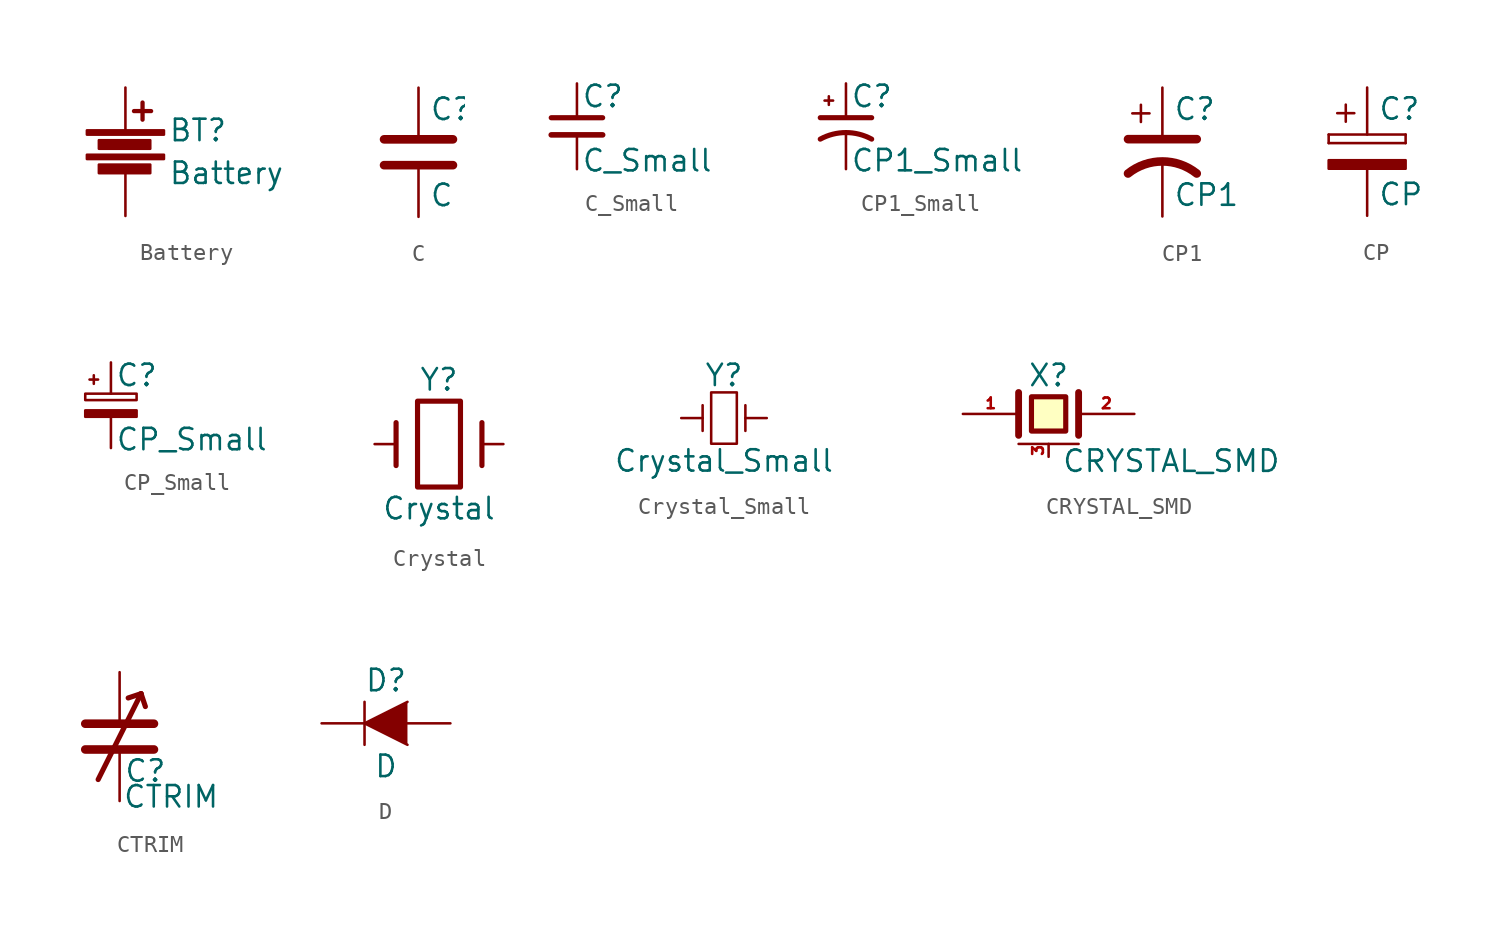
<source format=kicad_sym>
(kicad_symbol_lib
  (version 20211014)
  (generator kicad_symbol_editor)
  (symbol "Battery"
    (pin_numbers hide)
    (pin_names
      (offset 0))
    (property "Reference" "BT"
      (at 2.54 1.27 0)
      (effects (font (size 1.27 1.27)) (justify left)))
    (property "Value" "Battery"
      (at 2.54 -1.27 0)
      (effects (font (size 1.27 1.27)) (justify left)))
    (property "Footprint" ""
      (at 0 1.016 90)
      (effects (font (size 1.524 1.524))))
    (property "Datasheet" ""
      (at 0 1.016 90)
      (effects (font (size 1.524 1.524))))
    (symbol "Battery_0_1"
      (rectangle (start -2.286 -0.178) (end 2.286 -0.432) (stroke (width 0) (type default) (color 0 0 0 0)) (fill (type outline)))
      (rectangle (start -2.286 1.27) (end 2.286 1.016) (stroke (width 0) (type default) (color 0 0 0 0)) (fill (type outline)))
      (rectangle (start -1.575 -0.762) (end 1.473 -1.27) (stroke (width 0) (type default) (color 0 0 0 0)) (fill (type outline)))
      (rectangle (start -1.575 0.686) (end 1.473 0.178) (stroke (width 0) (type default) (color 0 0 0 0)) (fill (type outline)))
      (polyline (pts (xy 0.508 2.413) (xy 1.524 2.413)) (stroke (width 0.254) (type default) (color 0 0 0 0)) (fill (type none)))
      (polyline (pts (xy 1.016 2.921) (xy 1.016 1.905)) (stroke (width 0.254) (type default) (color 0 0 0 0)) (fill (type none))))
    (symbol "Battery_1_1"
      (pin passive line (at 0 3.81 270) (length 2.54) (name "~" (effects (font (size 1.27 1.27)))) (number "1" (effects (font (size 1.27 1.27)))))
      (pin passive line (at 0 -3.81 90) (length 2.54) (name "~" (effects (font (size 1.27 1.27)))) (number "2" (effects (font (size 1.27 1.27)))))))
  (symbol "C"
    (pin_numbers hide)
    (pin_names
      (offset 0.254))
    (property "Reference" "C"
      (at 0.635 2.54 0)
      (effects (font (size 1.27 1.27)) (justify left)))
    (property "Value" "C"
      (at 0.635 -2.54 0)
      (effects (font (size 1.27 1.27)) (justify left)))
    (property "Footprint" ""
      (at 0.965 -3.81 0)
      (effects (font (size 0.762 0.762))))
    (property "Datasheet" ""
      (at 0 0 0)
      (effects (font (size 1.524 1.524))))
    (symbol "C_0_1"
      (polyline (pts (xy -2.032 -0.762) (xy 2.032 -0.762)) (stroke (width 0.508) (type default) (color 0 0 0 0)) (fill (type none)))
      (polyline (pts (xy -2.032 0.762) (xy 2.032 0.762)) (stroke (width 0.508) (type default) (color 0 0 0 0)) (fill (type none))))
    (symbol "C_1_1"
      (pin passive line (at 0 3.81 270) (length 2.794) (name "~" (effects (font (size 1.016 1.016)))) (number "1" (effects (font (size 1.016 1.016)))))
      (pin passive line (at 0 -3.81 90) (length 2.794) (name "~" (effects (font (size 1.016 1.016)))) (number "2" (effects (font (size 1.016 1.016)))))))
  (symbol "C_Small"
    (pin_numbers hide)
    (pin_names
      (offset 0.254) hide)
    (property "Reference" "C"
      (at 0.254 1.778 0)
      (effects (font (size 1.27 1.27)) (justify left)))
    (property "Value" "C_Small"
      (at 0.254 -2.032 0)
      (effects (font (size 1.27 1.27)) (justify left)))
    (property "Footprint" ""
      (at 0 0 0)
      (effects (font (size 1.524 1.524))))
    (property "Datasheet" ""
      (at 0 0 0)
      (effects (font (size 1.524 1.524))))
    (symbol "C_Small_0_1"
      (polyline (pts (xy -1.524 -0.508) (xy 1.524 -0.508)) (stroke (width 0.33) (type default) (color 0 0 0 0)) (fill (type none)))
      (polyline (pts (xy -1.524 0.508) (xy 1.524 0.508)) (stroke (width 0.305) (type default) (color 0 0 0 0)) (fill (type none))))
    (symbol "C_Small_1_1"
      (pin passive line (at 0 2.54 270) (length 1.905) (name "~" (effects (font (size 1.016 1.016)))) (number "1" (effects (font (size 1.016 1.016)))))
      (pin passive line (at 0 -2.54 90) (length 2.032) (name "~" (effects (font (size 1.016 1.016)))) (number "2" (effects (font (size 1.016 1.016)))))))
  (symbol "CP1_Small"
    (pin_numbers hide)
    (pin_names
      (offset 0.254) hide)
    (property "Reference" "C"
      (at 0.254 1.778 0)
      (effects (font (size 1.27 1.27)) (justify left)))
    (property "Value" "CP1_Small"
      (at 0.254 -2.032 0)
      (effects (font (size 1.27 1.27)) (justify left)))
    (property "Footprint" ""
      (at 0 0 0)
      (effects (font (size 1.524 1.524))))
    (property "Datasheet" ""
      (at 0 0 0)
      (effects (font (size 1.524 1.524))))
    (symbol "CP1_Small_0_1"
      (polyline (pts (xy -1.524 0.508) (xy 1.524 0.508)) (stroke (width 0.305) (type default) (color 0 0 0 0)) (fill (type none)))
      (polyline (pts (xy -1.27 1.524) (xy -0.762 1.524)) (stroke (width 0) (type default) (color 0 0 0 0)) (fill (type none)))
      (polyline (pts (xy -1.016 1.27) (xy -1.016 1.778)) (stroke (width 0) (type default) (color 0 0 0 0)) (fill (type none)))
      (arc (start 1.524 -0.762) (mid 0 -0.3734) (end -1.524 -0.762) (stroke (width 0.3048) (type default) (color 0 0 0 0)) (fill (type none))))
    (symbol "CP1_Small_1_1"
      (pin passive line (at 0 2.54 270) (length 2.032) (name "~" (effects (font (size 1.016 1.016)))) (number "1" (effects (font (size 1.016 1.016)))))
      (pin passive line (at 0 -2.54 90) (length 2.032) (name "~" (effects (font (size 1.016 1.016)))) (number "2" (effects (font (size 1.016 1.016)))))))
  (symbol "CP1"
    (pin_numbers hide)
    (pin_names
      (offset 0.254) hide)
    (property "Reference" "C"
      (at 0.635 2.54 0)
      (effects (font (size 1.27 1.27)) (justify left)))
    (property "Value" "CP1"
      (at 0.635 -2.54 0)
      (effects (font (size 1.27 1.27)) (justify left)))
    (property "Footprint" ""
      (at 0 0 0)
      (effects (font (size 1.524 1.524))))
    (property "Datasheet" ""
      (at 0 0 0)
      (effects (font (size 1.524 1.524))))
    (symbol "CP1_0_1"
      (polyline (pts (xy -2.032 0.762) (xy 2.032 0.762)) (stroke (width 0.508) (type default) (color 0 0 0 0)) (fill (type none)))
      (polyline (pts (xy -1.778 2.286) (xy -0.762 2.286)) (stroke (width 0) (type default) (color 0 0 0 0)) (fill (type none)))
      (polyline (pts (xy -1.27 1.778) (xy -1.27 2.794)) (stroke (width 0) (type default) (color 0 0 0 0)) (fill (type none)))
      (arc (start 2.032 -1.27) (mid 0 -0.5572) (end -2.032 -1.27) (stroke (width 0.508) (type default) (color 0 0 0 0)) (fill (type none))))
    (symbol "CP1_1_1"
      (pin passive line (at 0 3.81 270) (length 2.794) (name "~" (effects (font (size 1.016 1.016)))) (number "1" (effects (font (size 1.016 1.016)))))
      (pin passive line (at 0 -3.81 90) (length 3.302) (name "~" (effects (font (size 1.016 1.016)))) (number "2" (effects (font (size 1.016 1.016)))))))
  (symbol "CP"
    (pin_numbers hide)
    (pin_names
      (offset 0.254))
    (property "Reference" "C"
      (at 0.635 2.54 0)
      (effects (font (size 1.27 1.27)) (justify left)))
    (property "Value" "CP"
      (at 0.635 -2.54 0)
      (effects (font (size 1.27 1.27)) (justify left)))
    (property "Footprint" ""
      (at 0.965 -3.81 0)
      (effects (font (size 0.762 0.762))))
    (property "Datasheet" ""
      (at 0 0 0)
      (effects (font (size 1.524 1.524))))
    (symbol "CP_0_1"
      (rectangle (start -2.286 0.508) (end -2.286 1.016) (stroke (width 0) (type default) (color 0 0 0 0)) (fill (type none)))
      (rectangle (start -2.286 0.508) (end 2.286 0.508) (stroke (width 0) (type default) (color 0 0 0 0)) (fill (type none)))
      (rectangle (start -1.778 2.286) (end -0.762 2.286) (stroke (width 0) (type default) (color 0 0 0 0)) (fill (type none)))
      (rectangle (start -1.27 1.778) (end -1.27 2.794) (stroke (width 0) (type default) (color 0 0 0 0)) (fill (type none)))
      (rectangle (start 2.286 -0.508) (end -2.286 -1.016) (stroke (width 0) (type default) (color 0 0 0 0)) (fill (type outline)))
      (rectangle (start 2.286 1.016) (end -2.286 1.016) (stroke (width 0) (type default) (color 0 0 0 0)) (fill (type none)))
      (rectangle (start 2.286 1.016) (end 2.286 0.508) (stroke (width 0) (type default) (color 0 0 0 0)) (fill (type none))))
    (symbol "CP_1_1"
      (pin passive line (at 0 3.81 270) (length 2.794) (name "~" (effects (font (size 1.016 1.016)))) (number "1" (effects (font (size 1.016 1.016)))))
      (pin passive line (at 0 -3.81 90) (length 2.794) (name "~" (effects (font (size 1.016 1.016)))) (number "2" (effects (font (size 1.016 1.016)))))))
  (symbol "CP_Small"
    (pin_numbers hide)
    (pin_names
      (offset 0.254) hide)
    (property "Reference" "C"
      (at 0.254 1.778 0)
      (effects (font (size 1.27 1.27)) (justify left)))
    (property "Value" "CP_Small"
      (at 0.254 -2.032 0)
      (effects (font (size 1.27 1.27)) (justify left)))
    (property "Footprint" ""
      (at 0 0 0)
      (effects (font (size 1.524 1.524))))
    (property "Datasheet" ""
      (at 0 0 0)
      (effects (font (size 1.524 1.524))))
    (symbol "CP_Small_0_1"
      (rectangle (start -1.524 -0.305) (end 1.524 -0.686) (stroke (width 0) (type default) (color 0 0 0 0)) (fill (type outline)))
      (rectangle (start -1.524 0.686) (end 1.524 0.305) (stroke (width 0) (type default) (color 0 0 0 0)) (fill (type none)))
      (polyline (pts (xy -1.27 1.524) (xy -0.762 1.524)) (stroke (width 0) (type default) (color 0 0 0 0)) (fill (type none)))
      (polyline (pts (xy -1.016 1.27) (xy -1.016 1.778)) (stroke (width 0) (type default) (color 0 0 0 0)) (fill (type none))))
    (symbol "CP_Small_1_1"
      (pin passive line (at 0 2.54 270) (length 1.854) (name "~" (effects (font (size 1.016 1.016)))) (number "1" (effects (font (size 1.016 1.016)))))
      (pin passive line (at 0 -2.54 90) (length 1.854) (name "~" (effects (font (size 1.016 1.016)))) (number "2" (effects (font (size 1.016 1.016)))))))
  (symbol "Crystal"
    (pin_numbers hide)
    (pin_names
      (offset 1.016) hide)
    (property "Reference" "Y"
      (at 0 3.81 0)
      (effects (font (size 1.27 1.27))))
    (property "Value" "Crystal"
      (at 0 -3.81 0)
      (effects (font (size 1.27 1.27))))
    (property "Footprint" ""
      (at 0 0 0)
      (effects (font (size 1.524 1.524))))
    (property "Datasheet" ""
      (at 0 0 0)
      (effects (font (size 1.524 1.524))))
    (symbol "Crystal_0_1"
      (rectangle (start -1.27 2.54) (end 1.27 -2.54) (stroke (width 0.305) (type default) (color 0 0 0 0)) (fill (type none)))
      (polyline (pts (xy -2.54 -1.27) (xy -2.54 1.27)) (stroke (width 0.305) (type default) (color 0 0 0 0)) (fill (type none)))
      (polyline (pts (xy 2.54 -1.27) (xy 2.54 1.27)) (stroke (width 0.305) (type default) (color 0 0 0 0)) (fill (type none))))
    (symbol "Crystal_1_1"
      (pin passive line (at -3.81 0 0) (length 1.27) (name "1" (effects (font (size 1.016 1.016)))) (number "1" (effects (font (size 1.016 1.016)))))
      (pin passive line (at 3.81 0 180) (length 1.27) (name "2" (effects (font (size 1.016 1.016)))) (number "2" (effects (font (size 1.016 1.016)))))))
  (symbol "Crystal_Small"
    (pin_numbers hide)
    (pin_names
      (offset 1.016) hide)
    (property "Reference" "Y"
      (at 0 2.54 0)
      (effects (font (size 1.27 1.27))))
    (property "Value" "Crystal_Small"
      (at 0 -2.54 0)
      (effects (font (size 1.27 1.27))))
    (property "Footprint" ""
      (at 0 0 0)
      (effects (font (size 1.524 1.524))))
    (property "Datasheet" ""
      (at 0 0 0)
      (effects (font (size 1.524 1.524))))
    (symbol "Crystal_Small_0_1"
      (rectangle (start -0.762 -1.524) (end 0.762 1.524) (stroke (width 0) (type default) (color 0 0 0 0)) (fill (type none)))
      (polyline (pts (xy -1.27 -0.762) (xy -1.27 0.762)) (stroke (width 0) (type default) (color 0 0 0 0)) (fill (type none)))
      (polyline (pts (xy 1.27 -0.762) (xy 1.27 0.762)) (stroke (width 0) (type default) (color 0 0 0 0)) (fill (type none))))
    (symbol "Crystal_Small_1_1"
      (pin passive line (at -2.54 0 0) (length 1.27) (name "1" (effects (font (size 1.016 1.016)))) (number "1" (effects (font (size 1.016 1.016)))))
      (pin passive line (at 2.54 0 180) (length 1.27) (name "2" (effects (font (size 1.016 1.016)))) (number "2" (effects (font (size 1.016 1.016)))))))
  (symbol "CRYSTAL_SMD"
    (pin_names
      (offset 1.016) hide)
    (property "Reference" "X"
      (at 0 2.286 0)
      (effects (font (size 1.27 1.27))))
    (property "Value" "CRYSTAL_SMD"
      (at 0.762 -2.794 0)
      (effects (font (size 1.27 1.27)) (justify left)))
    (property "Footprint" ""
      (at 0 0 0)
      (effects (font (size 1.524 1.524))))
    (property "Datasheet" ""
      (at 0 0 0)
      (effects (font (size 1.524 1.524))))
    (symbol "CRYSTAL_SMD_0_1"
      (polyline (pts (xy -1.778 -1.778) (xy 1.778 -1.778)) (stroke (width 0) (type default) (color 0 0 0 0)) (fill (type none)))
      (polyline (pts (xy -1.778 1.27) (xy -1.778 -1.27)) (stroke (width 0.406) (type default) (color 0 0 0 0)) (fill (type none)))
      (polyline (pts (xy 1.778 1.27) (xy 1.778 -1.27)) (stroke (width 0.406) (type default) (color 0 0 0 0)) (fill (type none)))
      (polyline (pts (xy -1.016 1.016) (xy 1.016 1.016) (xy 1.016 -1.016) (xy -1.016 -1.016) (xy -1.016 1.016)) (stroke (width 0.305) (type default) (color 0 0 0 0)) (fill (type background))))
    (symbol "CRYSTAL_SMD_1_1"
      (pin passive line (at -5.08 0 0) (length 3.302) (name "1" (effects (font (size 0.508 0.508)))) (number "1" (effects (font (size 0.635 0.635)))))
      (pin passive line (at 5.08 0 180) (length 3.302) (name "2" (effects (font (size 0.508 0.508)))) (number "2" (effects (font (size 0.635 0.635)))))
      (pin passive line (at 0 -2.54 90) (length 0.762) (name "case" (effects (font (size 0.508 0.508)))) (number "3" (effects (font (size 0.635 0.635)))))))
  (symbol "CTRIM"
    (pin_numbers hide)
    (pin_names
      (offset 0.254) hide)
    (property "Reference" "C"
      (at 1.524 -2.032 0)
      (effects (font (size 1.27 1.27))))
    (property "Value" "CTRIM"
      (at 3.048 -3.556 0)
      (effects (font (size 1.27 1.27))))
    (property "Footprint" ""
      (at 0 0 0)
      (effects (font (size 1.524 1.524))))
    (property "Datasheet" ""
      (at 0 0 0)
      (effects (font (size 1.524 1.524))))
    (symbol "CTRIM_0_1"
      (polyline (pts (xy -2.032 -0.762) (xy 2.032 -0.762)) (stroke (width 0.508) (type default) (color 0 0 0 0)) (fill (type none)))
      (polyline (pts (xy -2.032 0.762) (xy 2.032 0.762)) (stroke (width 0.508) (type default) (color 0 0 0 0)) (fill (type none)))
      (polyline (pts (xy 1.27 2.54) (xy -1.27 -2.54)) (stroke (width 0.305) (type default) (color 0 0 0 0)) (fill (type none)))
      (polyline (pts (xy 1.27 2.54) (xy 0.508 2.286)) (stroke (width 0.305) (type default) (color 0 0 0 0)) (fill (type none)))
      (polyline (pts (xy 1.27 2.54) (xy 1.524 1.778)) (stroke (width 0.305) (type default) (color 0 0 0 0)) (fill (type none))))
    (symbol "CTRIM_1_1"
      (pin passive line (at 0 3.81 270) (length 3.048) (name "~" (effects (font (size 1.016 1.016)))) (number "1" (effects (font (size 1.016 1.016)))))
      (pin passive line (at 0 -3.81 90) (length 3.048) (name "~" (effects (font (size 1.016 1.016)))) (number "2" (effects (font (size 1.016 1.016)))))))
  (symbol "D"
    (pin_numbers hide)
    (pin_names
      (offset 1.016) hide)
    (property "Reference" "D"
      (at 0 2.54 0)
      (effects (font (size 1.27 1.27))))
    (property "Value" "D"
      (at 0 -2.54 0)
      (effects (font (size 1.27 1.27))))
    (property "Footprint" ""
      (at 0 0 0)
      (effects (font (size 1.524 1.524))))
    (property "Datasheet" ""
      (at 0 0 0)
      (effects (font (size 1.524 1.524))))
    (symbol "D_0_1"
      (polyline (pts (xy -1.27 1.27) (xy -1.27 -1.27)) (stroke (width 0.152) (type default) (color 0 0 0 0)) (fill (type none)))
      (polyline (pts (xy 1.27 1.27) (xy -1.27 0) (xy 1.27 -1.27)) (stroke (width 0) (type default) (color 0 0 0 0)) (fill (type outline))))
    (symbol "D_1_1"
      (pin passive line (at -3.81 0 0) (length 2.54) (name "K" (effects (font (size 1.27 1.27)))) (number "1" (effects (font (size 1.27 1.27)))))
      (pin passive line (at 3.81 0 180) (length 2.54) (name "A" (effects (font (size 1.27 1.27)))) (number "2" (effects (font (size 1.27 1.27))))))))
</source>
